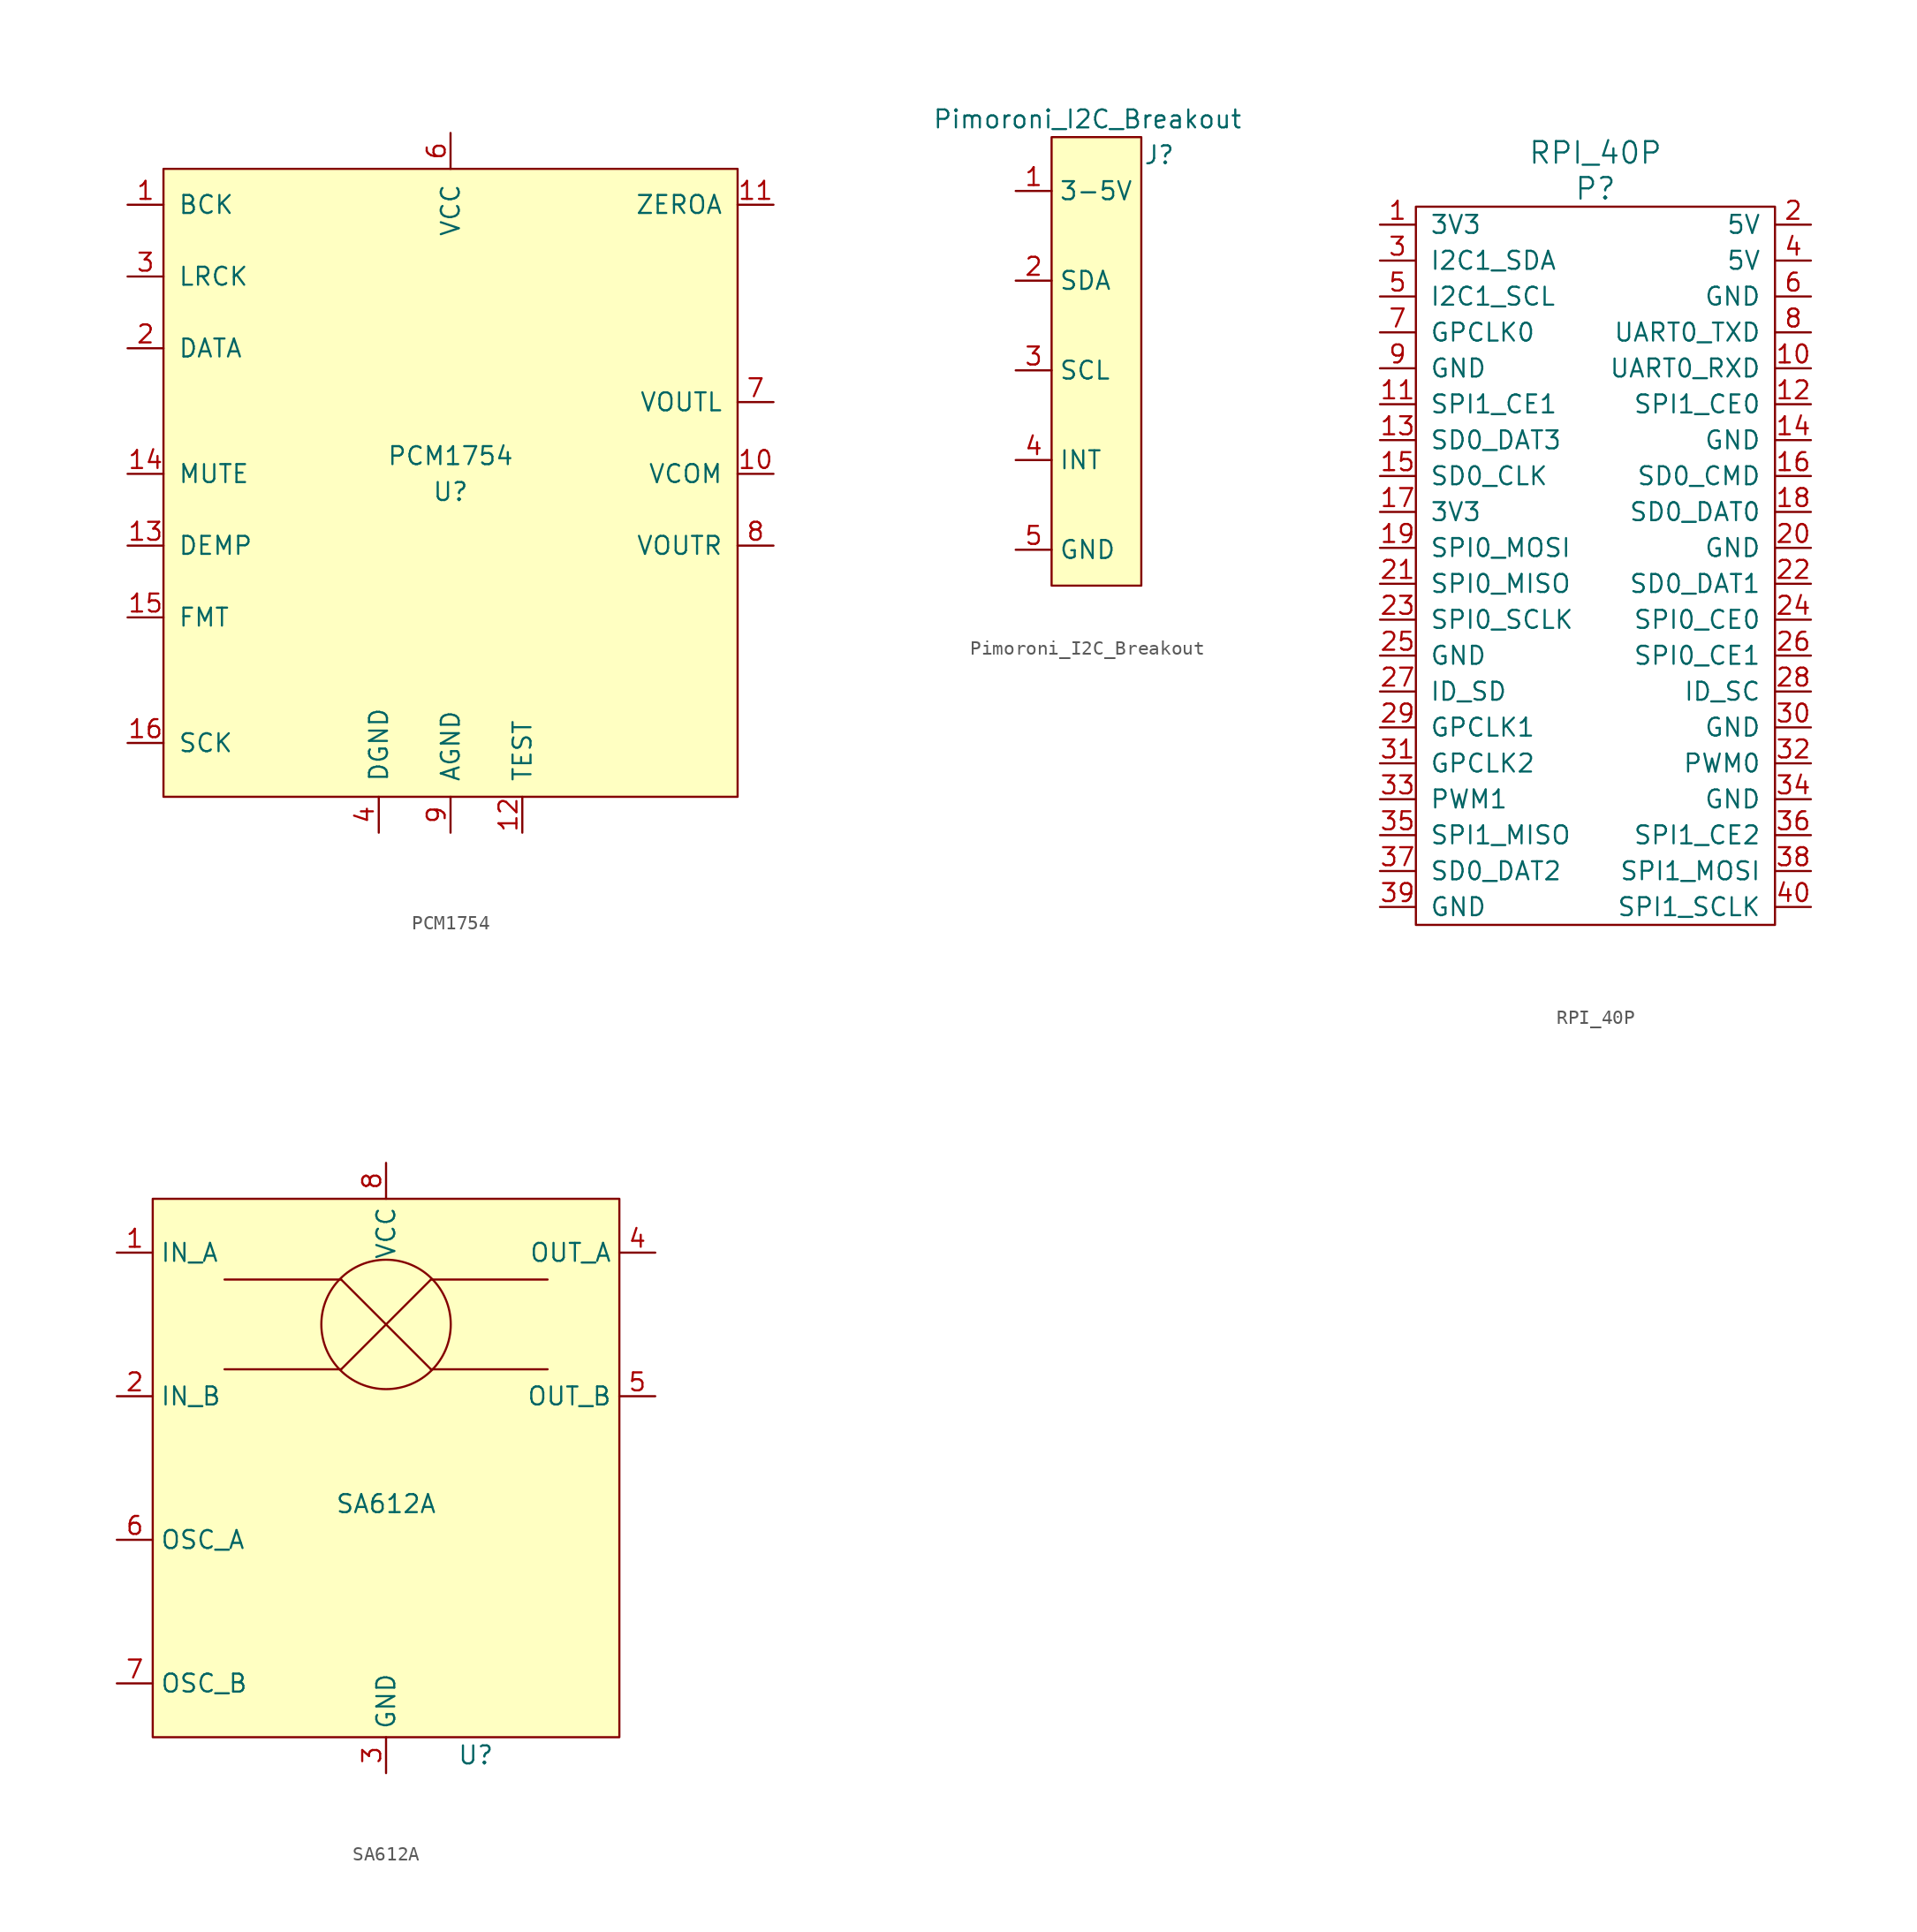
<source format=kicad_sym>
(kicad_symbol_lib
  (version 20211014)
  (generator kicad_symbol_editor)
  (symbol "PCM1754"
    (pin_names
      (offset 1.016))
    (property "Reference" "U"
      (at 0 -1.27 0)
      (effects (font (size 1.27 1.27))))
    (property "Value" "PCM1754"
      (at 0 1.27 0)
      (effects (font (size 1.27 1.27))))
    (symbol "PCM1754_0_1"
      (rectangle (start -20.32 21.59) (end 20.32 -22.86) (stroke (width 0) (type default) (color 0 0 0 0)) (fill (type background))))
    (symbol "PCM1754_1_1"
      (pin input line (at -22.86 19.05 0) (length 2.54) (name "BCK" (effects (font (size 1.27 1.27)))) (number "1" (effects (font (size 1.27 1.27)))))
      (pin power_out line (at 22.86 0 180) (length 2.54) (name "VCOM" (effects (font (size 1.27 1.27)))) (number "10" (effects (font (size 1.27 1.27)))))
      (pin output line (at 22.86 19.05 180) (length 2.54) (name "ZEROA" (effects (font (size 1.27 1.27)))) (number "11" (effects (font (size 1.27 1.27)))))
      (pin input line (at 5.08 -25.4 90) (length 2.54) (name "TEST" (effects (font (size 1.27 1.27)))) (number "12" (effects (font (size 1.27 1.27)))))
      (pin input line (at -22.86 -5.08 0) (length 2.54) (name "DEMP" (effects (font (size 1.27 1.27)))) (number "13" (effects (font (size 1.27 1.27)))))
      (pin input line (at -22.86 0 0) (length 2.54) (name "MUTE" (effects (font (size 1.27 1.27)))) (number "14" (effects (font (size 1.27 1.27)))))
      (pin input line (at -22.86 -10.16 0) (length 2.54) (name "FMT" (effects (font (size 1.27 1.27)))) (number "15" (effects (font (size 1.27 1.27)))))
      (pin input line (at -22.86 -19.05 0) (length 2.54) (name "SCK" (effects (font (size 1.27 1.27)))) (number "16" (effects (font (size 1.27 1.27)))))
      (pin input line (at -22.86 8.89 0) (length 2.54) (name "DATA" (effects (font (size 1.27 1.27)))) (number "2" (effects (font (size 1.27 1.27)))))
      (pin input line (at -22.86 13.97 0) (length 2.54) (name "LRCK" (effects (font (size 1.27 1.27)))) (number "3" (effects (font (size 1.27 1.27)))))
      (pin power_in line (at -5.08 -25.4 90) (length 2.54) (name "DGND" (effects (font (size 1.27 1.27)))) (number "4" (effects (font (size 1.27 1.27)))))
      (pin no_connect line (at 17.78 -25.4 90) (length 2.54) hide (name "NC" (effects (font (size 1.27 1.27)))) (number "5" (effects (font (size 1.27 1.27)))))
      (pin power_in line (at 0 24.13 270) (length 2.54) (name "VCC" (effects (font (size 1.27 1.27)))) (number "6" (effects (font (size 1.27 1.27)))))
      (pin input line (at 22.86 5.08 180) (length 2.54) (name "VOUTL" (effects (font (size 1.27 1.27)))) (number "7" (effects (font (size 1.27 1.27)))))
      (pin input line (at 22.86 -5.08 180) (length 2.54) (name "VOUTR" (effects (font (size 1.27 1.27)))) (number "8" (effects (font (size 1.27 1.27)))))
      (pin power_out line (at 0 -25.4 90) (length 2.54) (name "AGND" (effects (font (size 1.27 1.27)))) (number "9" (effects (font (size 1.27 1.27)))))))
  (symbol "Pimoroni_I2C_Breakout"
    (property "Reference" "J"
      (at 1.27 -1.27 0)
      (effects (font (size 1.27 1.27))))
    (property "Value" "Pimoroni_I2C_Breakout"
      (at -3.81 1.27 0)
      (effects (font (size 1.27 1.27))))
    (symbol "Pimoroni_I2C_Breakout_0_1"
      (rectangle (start -6.35 0) (end 0 -31.75) (stroke (width 0.152) (type default) (color 0 0 0 0)) (fill (type background))))
    (symbol "Pimoroni_I2C_Breakout_1_1"
      (pin power_in line (at -8.89 -3.81 0) (length 2.54) (name "3-5V" (effects (font (size 1.27 1.27)))) (number "1" (effects (font (size 1.27 1.27)))))
      (pin bidirectional line (at -8.89 -10.16 0) (length 2.54) (name "SDA" (effects (font (size 1.27 1.27)))) (number "2" (effects (font (size 1.27 1.27)))))
      (pin bidirectional line (at -8.89 -16.51 0) (length 2.54) (name "SCL" (effects (font (size 1.27 1.27)))) (number "3" (effects (font (size 1.27 1.27)))))
      (pin bidirectional line (at -8.89 -22.86 0) (length 2.54) (name "INT" (effects (font (size 1.27 1.27)))) (number "4" (effects (font (size 1.27 1.27)))))
      (pin power_out line (at -8.89 -29.21 0) (length 2.54) (name "GND" (effects (font (size 1.27 1.27)))) (number "5" (effects (font (size 1.27 1.27)))))))
  (symbol "RPI_40P"
    (pin_names
      (offset 1.016))
    (property "Reference" "P"
      (at 0 10.16 0)
      (effects (font (size 1.524 1.524))))
    (property "Value" "RPI_40P"
      (at 0 12.7 0)
      (effects (font (size 1.524 1.524))))
    (symbol "RPI_40P_0_1"
      (rectangle (start -12.7 8.89) (end 12.7 -41.91) (stroke (width 0) (type default) (color 0 0 0 0)) (fill (type none))))
    (symbol "RPI_40P_1_1"
      (pin input line (at -15.24 7.62 0) (length 2.489) (name "3V3" (effects (font (size 1.27 1.27)))) (number "1" (effects (font (size 1.27 1.27)))))
      (pin input line (at 15.24 -2.54 180) (length 2.489) (name "UART0_RXD" (effects (font (size 1.27 1.27)))) (number "10" (effects (font (size 1.27 1.27)))))
      (pin input line (at -15.24 -5.08 0) (length 2.489) (name "SPI1_CE1" (effects (font (size 1.27 1.27)))) (number "11" (effects (font (size 1.27 1.27)))))
      (pin input line (at 15.24 -5.08 180) (length 2.489) (name "SPI1_CE0" (effects (font (size 1.27 1.27)))) (number "12" (effects (font (size 1.27 1.27)))))
      (pin input line (at -15.24 -7.62 0) (length 2.489) (name "SD0_DAT3" (effects (font (size 1.27 1.27)))) (number "13" (effects (font (size 1.27 1.27)))))
      (pin input line (at 15.24 -7.62 180) (length 2.489) (name "GND" (effects (font (size 1.27 1.27)))) (number "14" (effects (font (size 1.27 1.27)))))
      (pin input line (at -15.24 -10.16 0) (length 2.489) (name "SD0_CLK" (effects (font (size 1.27 1.27)))) (number "15" (effects (font (size 1.27 1.27)))))
      (pin input line (at 15.24 -10.16 180) (length 2.489) (name "SD0_CMD" (effects (font (size 1.27 1.27)))) (number "16" (effects (font (size 1.27 1.27)))))
      (pin input line (at -15.24 -12.7 0) (length 2.489) (name "3V3" (effects (font (size 1.27 1.27)))) (number "17" (effects (font (size 1.27 1.27)))))
      (pin input line (at 15.24 -12.7 180) (length 2.489) (name "SD0_DAT0" (effects (font (size 1.27 1.27)))) (number "18" (effects (font (size 1.27 1.27)))))
      (pin input line (at -15.24 -15.24 0) (length 2.489) (name "SPI0_MOSI" (effects (font (size 1.27 1.27)))) (number "19" (effects (font (size 1.27 1.27)))))
      (pin input line (at 15.24 7.62 180) (length 2.489) (name "5V" (effects (font (size 1.27 1.27)))) (number "2" (effects (font (size 1.27 1.27)))))
      (pin input line (at 15.24 -15.24 180) (length 2.489) (name "GND" (effects (font (size 1.27 1.27)))) (number "20" (effects (font (size 1.27 1.27)))))
      (pin input line (at -15.24 -17.78 0) (length 2.489) (name "SPI0_MISO" (effects (font (size 1.27 1.27)))) (number "21" (effects (font (size 1.27 1.27)))))
      (pin input line (at 15.24 -17.78 180) (length 2.489) (name "SD0_DAT1" (effects (font (size 1.27 1.27)))) (number "22" (effects (font (size 1.27 1.27)))))
      (pin input line (at -15.24 -20.32 0) (length 2.489) (name "SPI0_SCLK" (effects (font (size 1.27 1.27)))) (number "23" (effects (font (size 1.27 1.27)))))
      (pin input line (at 15.24 -20.32 180) (length 2.489) (name "SPI0_CE0" (effects (font (size 1.27 1.27)))) (number "24" (effects (font (size 1.27 1.27)))))
      (pin input line (at -15.24 -22.86 0) (length 2.489) (name "GND" (effects (font (size 1.27 1.27)))) (number "25" (effects (font (size 1.27 1.27)))))
      (pin input line (at 15.24 -22.86 180) (length 2.489) (name "SPI0_CE1" (effects (font (size 1.27 1.27)))) (number "26" (effects (font (size 1.27 1.27)))))
      (pin input line (at -15.24 -25.4 0) (length 2.489) (name "ID_SD" (effects (font (size 1.27 1.27)))) (number "27" (effects (font (size 1.27 1.27)))))
      (pin input line (at 15.24 -25.4 180) (length 2.489) (name "ID_SC" (effects (font (size 1.27 1.27)))) (number "28" (effects (font (size 1.27 1.27)))))
      (pin input line (at -15.24 -27.94 0) (length 2.489) (name "GPCLK1" (effects (font (size 1.27 1.27)))) (number "29" (effects (font (size 1.27 1.27)))))
      (pin input line (at -15.24 5.08 0) (length 2.489) (name "I2C1_SDA" (effects (font (size 1.27 1.27)))) (number "3" (effects (font (size 1.27 1.27)))))
      (pin input line (at 15.24 -27.94 180) (length 2.489) (name "GND" (effects (font (size 1.27 1.27)))) (number "30" (effects (font (size 1.27 1.27)))))
      (pin input line (at -15.24 -30.48 0) (length 2.489) (name "GPCLK2" (effects (font (size 1.27 1.27)))) (number "31" (effects (font (size 1.27 1.27)))))
      (pin input line (at 15.24 -30.48 180) (length 2.489) (name "PWM0" (effects (font (size 1.27 1.27)))) (number "32" (effects (font (size 1.27 1.27)))))
      (pin input line (at -15.24 -33.02 0) (length 2.489) (name "PWM1" (effects (font (size 1.27 1.27)))) (number "33" (effects (font (size 1.27 1.27)))))
      (pin input line (at 15.24 -33.02 180) (length 2.489) (name "GND" (effects (font (size 1.27 1.27)))) (number "34" (effects (font (size 1.27 1.27)))))
      (pin input line (at -15.24 -35.56 0) (length 2.489) (name "SPI1_MISO" (effects (font (size 1.27 1.27)))) (number "35" (effects (font (size 1.27 1.27)))))
      (pin input line (at 15.24 -35.56 180) (length 2.489) (name "SPI1_CE2" (effects (font (size 1.27 1.27)))) (number "36" (effects (font (size 1.27 1.27)))))
      (pin input line (at -15.24 -38.1 0) (length 2.489) (name "SD0_DAT2" (effects (font (size 1.27 1.27)))) (number "37" (effects (font (size 1.27 1.27)))))
      (pin input line (at 15.24 -38.1 180) (length 2.489) (name "SPI1_MOSI" (effects (font (size 1.27 1.27)))) (number "38" (effects (font (size 1.27 1.27)))))
      (pin input line (at -15.24 -40.64 0) (length 2.489) (name "GND" (effects (font (size 1.27 1.27)))) (number "39" (effects (font (size 1.27 1.27)))))
      (pin input line (at 15.24 5.08 180) (length 2.489) (name "5V" (effects (font (size 1.27 1.27)))) (number "4" (effects (font (size 1.27 1.27)))))
      (pin input line (at 15.24 -40.64 180) (length 2.489) (name "SPI1_SCLK" (effects (font (size 1.27 1.27)))) (number "40" (effects (font (size 1.27 1.27)))))
      (pin input line (at -15.24 2.54 0) (length 2.489) (name "I2C1_SCL" (effects (font (size 1.27 1.27)))) (number "5" (effects (font (size 1.27 1.27)))))
      (pin input line (at 15.24 2.54 180) (length 2.489) (name "GND" (effects (font (size 1.27 1.27)))) (number "6" (effects (font (size 1.27 1.27)))))
      (pin input line (at -15.24 0 0) (length 2.489) (name "GPCLK0" (effects (font (size 1.27 1.27)))) (number "7" (effects (font (size 1.27 1.27)))))
      (pin input line (at 15.24 0 180) (length 2.489) (name "UART0_TXD" (effects (font (size 1.27 1.27)))) (number "8" (effects (font (size 1.27 1.27)))))
      (pin input line (at -15.24 -2.54 0) (length 2.489) (name "GND" (effects (font (size 1.27 1.27)))) (number "9" (effects (font (size 1.27 1.27)))))))
  (symbol "SA612A"
    (property "Reference" "U"
      (at 6.35 -39.37 0)
      (effects (font (size 1.27 1.27))))
    (property "Value" "SA612A"
      (at 0 -21.59 0)
      (effects (font (size 1.27 1.27))))
    (symbol "SA612A_0_1"
      (rectangle (start -16.51 0) (end 16.51 -38.1) (stroke (width 0.152) (type default) (color 0 0 0 0)) (fill (type background)))
      (circle (center 0 -8.89) (radius 4.579) (stroke (width 0.152) (type default) (color 0 0 0 0)) (fill (type none)))
      (polyline (pts (xy -3.175 -12.065) (xy -11.43 -12.065)) (stroke (width 0.152) (type default) (color 0 0 0 0)) (fill (type none)))
      (polyline (pts (xy -3.175 -5.715) (xy -11.43 -5.715)) (stroke (width 0.152) (type default) (color 0 0 0 0)) (fill (type none)))
      (polyline (pts (xy -3.175 -5.715) (xy 3.175 -12.065)) (stroke (width 0.152) (type default) (color 0 0 0 0)) (fill (type none)))
      (polyline (pts (xy 3.175 -5.715) (xy -3.175 -12.065)) (stroke (width 0.152) (type default) (color 0 0 0 0)) (fill (type none)))
      (polyline (pts (xy 11.43 -12.065) (xy 3.175 -12.065)) (stroke (width 0.152) (type default) (color 0 0 0 0)) (fill (type none)))
      (polyline (pts (xy 11.43 -5.715) (xy 3.175 -5.715)) (stroke (width 0.152) (type default) (color 0 0 0 0)) (fill (type none))))
    (symbol "SA612A_1_1"
      (pin input line (at -19.05 -3.81 0) (length 2.54) (name "IN_A" (effects (font (size 1.27 1.27)))) (number "1" (effects (font (size 1.27 1.27)))))
      (pin input line (at -19.05 -13.97 0) (length 2.54) (name "IN_B" (effects (font (size 1.27 1.27)))) (number "2" (effects (font (size 1.27 1.27)))))
      (pin power_out line (at 0 -40.64 90) (length 2.54) (name "GND" (effects (font (size 1.27 1.27)))) (number "3" (effects (font (size 1.27 1.27)))))
      (pin output line (at 19.05 -3.81 180) (length 2.54) (name "OUT_A" (effects (font (size 1.27 1.27)))) (number "4" (effects (font (size 1.27 1.27)))))
      (pin output line (at 19.05 -13.97 180) (length 2.54) (name "OUT_B" (effects (font (size 1.27 1.27)))) (number "5" (effects (font (size 1.27 1.27)))))
      (pin input line (at -19.05 -24.13 0) (length 2.54) (name "OSC_A" (effects (font (size 1.27 1.27)))) (number "6" (effects (font (size 1.27 1.27)))))
      (pin input line (at -19.05 -34.29 0) (length 2.54) (name "OSC_B" (effects (font (size 1.27 1.27)))) (number "7" (effects (font (size 1.27 1.27)))))
      (pin power_in line (at 0 2.54 270) (length 2.54) (name "VCC" (effects (font (size 1.27 1.27)))) (number "8" (effects (font (size 1.27 1.27))))))))
</source>
